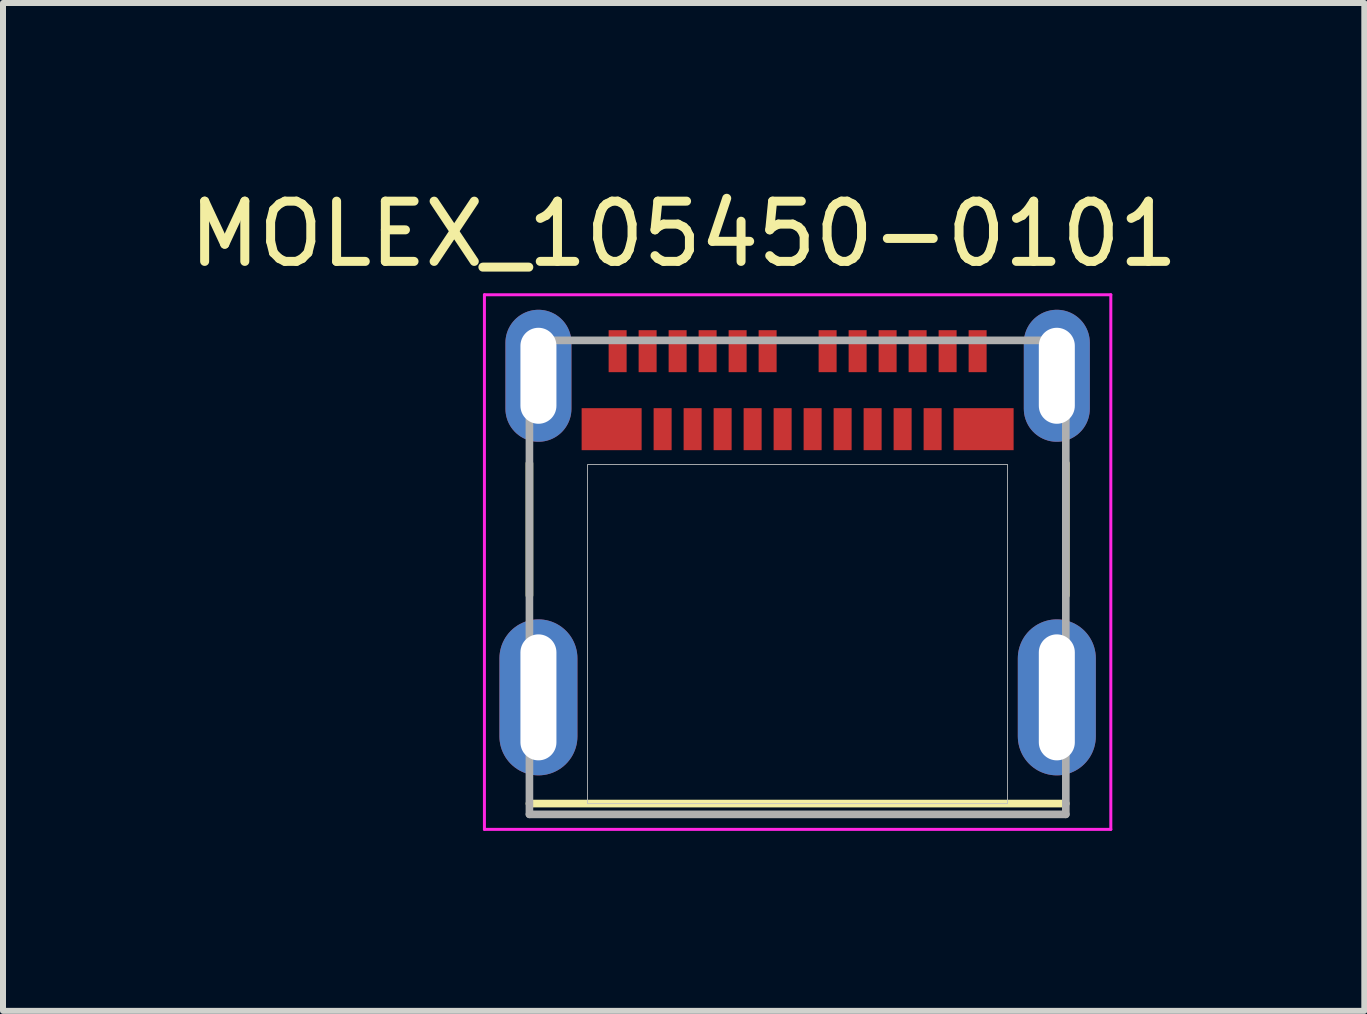
<source format=kicad_pcb>
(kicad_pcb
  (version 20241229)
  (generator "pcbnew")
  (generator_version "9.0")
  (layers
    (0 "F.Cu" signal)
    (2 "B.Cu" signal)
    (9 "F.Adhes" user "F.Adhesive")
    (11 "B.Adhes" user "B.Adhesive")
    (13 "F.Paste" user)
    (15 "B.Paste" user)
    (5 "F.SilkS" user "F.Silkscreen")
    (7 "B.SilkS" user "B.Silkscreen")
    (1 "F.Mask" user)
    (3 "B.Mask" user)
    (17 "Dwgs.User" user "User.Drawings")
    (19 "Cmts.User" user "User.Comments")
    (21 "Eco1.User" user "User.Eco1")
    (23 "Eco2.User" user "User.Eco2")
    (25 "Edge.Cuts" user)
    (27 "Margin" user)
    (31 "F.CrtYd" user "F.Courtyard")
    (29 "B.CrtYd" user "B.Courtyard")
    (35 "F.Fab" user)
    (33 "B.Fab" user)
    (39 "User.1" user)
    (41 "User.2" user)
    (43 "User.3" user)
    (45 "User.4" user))
  (footprint "MOLEX_105450-0101"
    (layer "F.Cu")
    (at 10.244 6.573)
    (property "Reference" "MOLEX_105450-0101" (at -1.899 -5.723 0) (layer "F.SilkS") (effects (font (size 1.004 1.004) (thickness 0.15))))
    (attr through_hole)
    (fp_line (start -4.47 0.3) (end -4.47 -1.9) (stroke (width 0.127) (type solid)) (layer "F.SilkS"))
    (fp_line (start -4.47 3.77) (end 4.47 3.77) (stroke (width 0.127) (type solid)) (layer "F.SilkS"))
    (fp_line (start 4.47 0.3) (end 4.47 -1.9) (stroke (width 0.127) (type solid)) (layer "F.SilkS"))
    (fp_poly (pts (xy -3.502 -1.88) (xy 3.5 -1.88) (xy 3.5 3.773) (xy -3.502 3.773)) (stroke (width 0.01) (type solid)) (fill no) (layer "Dwgs.User"))
    (fp_poly (pts (xy -3.501 -1.88) (xy 3.5 -1.88) (xy 3.5 3.771) (xy -3.501 3.771)) (stroke (width 0.01) (type solid)) (fill no) (layer "Dwgs.User"))
    (fp_line (start -5.22 -4.71) (end 5.22 -4.71) (stroke (width 0.05) (type solid)) (layer "F.CrtYd"))
    (fp_line (start -5.22 4.2) (end -5.22 -4.71) (stroke (width 0.05) (type solid)) (layer "F.CrtYd"))
    (fp_line (start 5.22 -4.71) (end 5.22 4.2) (stroke (width 0.05) (type solid)) (layer "F.CrtYd"))
    (fp_line (start 5.22 4.2) (end -5.22 4.2) (stroke (width 0.05) (type solid)) (layer "F.CrtYd"))
    (fp_line (start -4.47 -3.95) (end -4.47 3.95) (stroke (width 0.127) (type solid)) (layer "F.Fab"))
    (fp_line (start -4.47 3.95) (end 4.47 3.95) (stroke (width 0.127) (type solid)) (layer "F.Fab"))
    (fp_line (start 4.47 -3.95) (end -4.47 -3.95) (stroke (width 0.127) (type solid)) (layer "F.Fab"))
    (fp_line (start 4.47 3.95) (end 4.47 -3.95) (stroke (width 0.127) (type solid)) (layer "F.Fab"))
    (pad "A1" smd rect (at -3 -3.77) (size 0.3 0.7) (layers "F.Cu" "F.Mask" "F.Paste"))
    (pad "A2" smd rect (at -2.5 -3.77) (size 0.3 0.7) (layers "F.Cu" "F.Mask" "F.Paste"))
    (pad "A3" smd rect (at -2 -3.77) (size 0.3 0.7) (layers "F.Cu" "F.Mask" "F.Paste"))
    (pad "A4" smd rect (at -1.5 -3.77) (size 0.3 0.7) (layers "F.Cu" "F.Mask" "F.Paste"))
    (pad "A5" smd rect (at -1 -3.77) (size 0.3 0.7) (layers "F.Cu" "F.Mask" "F.Paste"))
    (pad "A6" smd rect (at -0.5 -3.77) (size 0.3 0.7) (layers "F.Cu" "F.Mask" "F.Paste"))
    (pad "A7" smd rect (at 0.5 -3.77) (size 0.3 0.7) (layers "F.Cu" "F.Mask" "F.Paste"))
    (pad "A8" smd rect (at 1 -3.77) (size 0.3 0.7) (layers "F.Cu" "F.Mask" "F.Paste"))
    (pad "A9" smd rect (at 1.5 -3.77) (size 0.3 0.7) (layers "F.Cu" "F.Mask" "F.Paste"))
    (pad "A10" smd rect (at 2 -3.77) (size 0.3 0.7) (layers "F.Cu" "F.Mask" "F.Paste"))
    (pad "A11" smd rect (at 2.5 -3.77) (size 0.3 0.7) (layers "F.Cu" "F.Mask" "F.Paste"))
    (pad "A12" smd rect (at 3 -3.77) (size 0.3 0.7) (layers "F.Cu" "F.Mask" "F.Paste"))
    (pad "B1" smd rect (at 3.1 -2.47) (size 1 0.7) (layers "F.Cu" "F.Mask" "F.Paste"))
    (pad "B2" smd rect (at 2.25 -2.47) (size 0.3 0.7) (layers "F.Cu" "F.Mask" "F.Paste"))
    (pad "B3" smd rect (at 1.75 -2.47) (size 0.3 0.7) (layers "F.Cu" "F.Mask" "F.Paste"))
    (pad "B4" smd rect (at 1.25 -2.47) (size 0.3 0.7) (layers "F.Cu" "F.Mask" "F.Paste"))
    (pad "B5" smd rect (at 0.75 -2.47) (size 0.3 0.7) (layers "F.Cu" "F.Mask" "F.Paste"))
    (pad "B6" smd rect (at 0.25 -2.47) (size 0.3 0.7) (layers "F.Cu" "F.Mask" "F.Paste"))
    (pad "B7" smd rect (at -0.25 -2.47) (size 0.3 0.7) (layers "F.Cu" "F.Mask" "F.Paste"))
    (pad "B8" smd rect (at -0.75 -2.47) (size 0.3 0.7) (layers "F.Cu" "F.Mask" "F.Paste"))
    (pad "B9" smd rect (at -1.25 -2.47) (size 0.3 0.7) (layers "F.Cu" "F.Mask" "F.Paste"))
    (pad "B10" smd rect (at -1.75 -2.47) (size 0.3 0.7) (layers "F.Cu" "F.Mask" "F.Paste"))
    (pad "B11" smd rect (at -2.25 -2.47) (size 0.3 0.7) (layers "F.Cu" "F.Mask" "F.Paste"))
    (pad "B12" smd rect (at -3.1 -2.47) (size 1 0.7) (layers "F.Cu" "F.Mask" "F.Paste"))
    (pad "S1" thru_hole oval (at -4.32 -3.36) (size 1.1 2.2) (drill oval 0.6 1.6) (layers "*.Cu" "*.Mask"))
    (pad "S2" thru_hole oval (at 4.32 -3.36) (size 1.1 2.2) (drill oval 0.6 1.6) (layers "*.Cu" "*.Mask"))
    (pad "S3" thru_hole oval (at -4.32 2) (size 1.3 2.6) (drill oval 0.6 2.1) (layers "*.Cu" "*.Mask"))
    (pad "S4" thru_hole oval (at 4.32 2) (size 1.3 2.6) (drill oval 0.6 2.1) (layers "*.Cu" "*.Mask")))
  (gr_rect
    (start -3 -3)
    (end 19.689 13.798)
    (stroke (width 0.1) (type default))
    (fill no)
    (layer "Edge.Cuts")))
</source>
